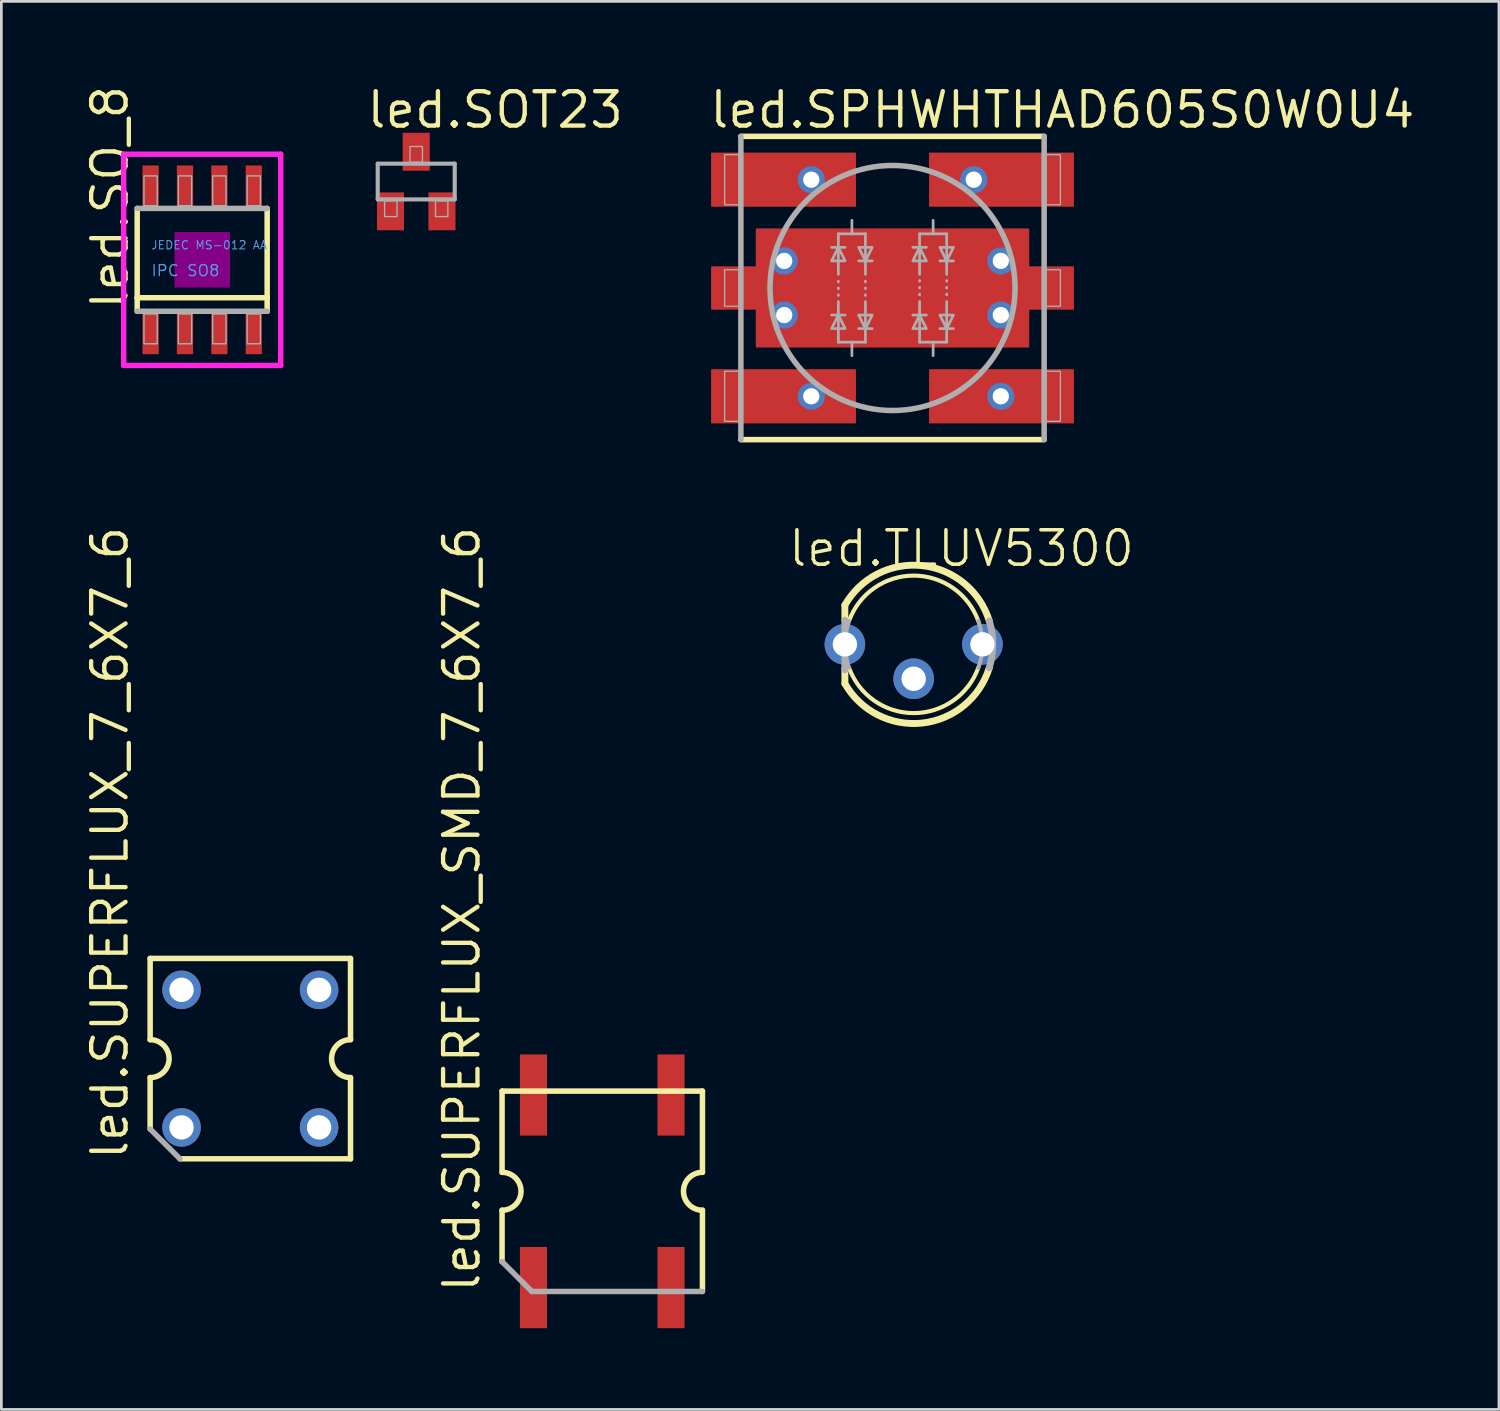
<source format=kicad_pcb>
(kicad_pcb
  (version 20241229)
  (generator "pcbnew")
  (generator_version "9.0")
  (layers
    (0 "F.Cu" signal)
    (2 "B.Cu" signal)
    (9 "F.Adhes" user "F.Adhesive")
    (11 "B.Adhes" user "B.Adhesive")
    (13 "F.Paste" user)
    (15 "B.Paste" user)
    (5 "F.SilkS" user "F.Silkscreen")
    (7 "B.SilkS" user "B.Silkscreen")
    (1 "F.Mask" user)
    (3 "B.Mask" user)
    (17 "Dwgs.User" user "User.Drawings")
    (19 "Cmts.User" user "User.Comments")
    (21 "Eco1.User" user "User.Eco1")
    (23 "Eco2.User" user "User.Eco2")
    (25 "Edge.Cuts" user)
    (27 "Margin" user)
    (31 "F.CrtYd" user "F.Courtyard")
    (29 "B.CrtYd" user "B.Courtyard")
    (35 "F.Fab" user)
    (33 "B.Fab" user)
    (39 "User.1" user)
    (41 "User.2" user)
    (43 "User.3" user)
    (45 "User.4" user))
  (footprint "led.SUPERFLUX_SMD_7_6X7_6"
    (layer "F.Cu")
    (at 19.192 40.946)
    (property "Reference" "led.SUPERFLUX_SMD_7_6X7_6" (at -4.445 3.81 90) (layer "F.SilkS") (effects (font (size 1.27 1.27) (thickness 0.16)) (justify left bottom)))
    (attr smd)
    (fp_line (start -3.7 -3.7) (end 3.7 -3.7) (stroke (width 0.203) (type default)) (layer "F.SilkS"))
    (fp_line (start -3.7 -0.7) (end -3.7 -3.7) (stroke (width 0.203) (type default)) (layer "F.SilkS"))
    (fp_line (start -3.7 2.6) (end -3.7 0.7) (stroke (width 0.203) (type default)) (layer "F.SilkS"))
    (fp_line (start 3.7 -3.7) (end 3.7 -0.7) (stroke (width 0.203) (type default)) (layer "F.SilkS"))
    (fp_line (start 3.7 0.7) (end 3.7 3.7) (stroke (width 0.203) (type default)) (layer "F.SilkS"))
    (fp_arc (start -3.7 -0.7) (mid -3 0) (end -3.7 0.7) (stroke (width 0.2032) (type default)) (layer "F.SilkS"))
    (fp_arc (start 3.7 0.7) (mid 3 0) (end 3.7 -0.7) (stroke (width 0.2032) (type default)) (layer "F.SilkS"))
    (fp_line (start -2.6 3.7) (end -3.7 2.6) (stroke (width 0.203) (type default)) (layer "F.Fab"))
    (fp_line (start 3.7 3.7) (end -2.6 3.7) (stroke (width 0.203) (type default)) (layer "F.Fab"))
    (pad "1" smd roundrect (at -2.54 -3.556) (size 1 3) (layers "F.Cu" "F.Mask" "F.Paste") (roundrect_rratio 0.01))
    (pad "2" smd roundrect (at 2.54 -3.556) (size 1 3) (layers "F.Cu" "F.Mask" "F.Paste") (roundrect_rratio 0.01))
    (pad "3" smd roundrect (at -2.54 3.556) (size 1 3) (layers "F.Cu" "F.Mask" "F.Paste") (roundrect_rratio 0.01))
    (pad "4" smd roundrect (at 2.54 3.556) (size 1 3) (layers "F.Cu" "F.Mask" "F.Paste") (roundrect_rratio 0.01)))
  (footprint "led.SOT23"
    (layer "F.Cu")
    (at 12.322 3.655)
    (property "Reference" "led.SOT23" (at -1.905 -1.905 0) (layer "F.SilkS") (effects (font (size 1.27 1.27) (thickness 0.16)) (justify left bottom)))
    (attr smd)
    (fp_line (start -1.422 -0.66) (end 1.422 -0.66) (stroke (width 0.152) (type default)) (layer "F.Fab"))
    (fp_line (start -1.422 0.66) (end -1.422 -0.66) (stroke (width 0.152) (type default)) (layer "F.Fab"))
    (fp_line (start 1.422 -0.66) (end 1.422 0.66) (stroke (width 0.152) (type default)) (layer "F.Fab"))
    (fp_line (start 1.422 0.66) (end -1.422 0.66) (stroke (width 0.152) (type default)) (layer "F.Fab"))
    (fp_rect (start -1.168 1.295) (end -0.711 0.711) (stroke (width 0.05) (type default)) (fill no) (layer "F.Fab"))
    (fp_rect (start -0.229 -0.711) (end 0.229 -1.295) (stroke (width 0.05) (type default)) (fill no) (layer "F.Fab"))
    (fp_rect (start 0.711 1.295) (end 1.168 0.711) (stroke (width 0.05) (type default)) (fill no) (layer "F.Fab"))
    (pad "1" smd roundrect (at -0.95 1.1) (size 1 1.4) (layers "F.Cu" "F.Mask" "F.Paste") (roundrect_rratio 0.01))
    (pad "2" smd roundrect (at 0.95 1.1) (size 1 1.4) (layers "F.Cu" "F.Mask" "F.Paste") (roundrect_rratio 0.01))
    (pad "3" smd roundrect (at 0 -1.1) (size 1 1.4) (layers "F.Cu" "F.Mask" "F.Paste") (roundrect_rratio 0.01)))
  (footprint "led.SUPERFLUX_7_6X7_6"
    (layer "F.Cu")
    (at 6.195 36.047)
    (property "Reference" "led.SUPERFLUX_7_6X7_6" (at -4.445 3.81 90) (layer "F.SilkS") (effects (font (size 1.27 1.27) (thickness 0.16)) (justify left bottom)))
    (attr through_hole)
    (fp_line (start -3.7 -3.7) (end 3.7 -3.7) (stroke (width 0.203) (type default)) (layer "F.SilkS"))
    (fp_line (start -3.7 -0.7) (end -3.7 -3.7) (stroke (width 0.203) (type default)) (layer "F.SilkS"))
    (fp_line (start -3.7 2.6) (end -3.7 0.7) (stroke (width 0.203) (type default)) (layer "F.SilkS"))
    (fp_line (start 3.7 -3.7) (end 3.7 -0.7) (stroke (width 0.203) (type default)) (layer "F.SilkS"))
    (fp_line (start 3.7 0.7) (end 3.7 3.7) (stroke (width 0.203) (type default)) (layer "F.SilkS"))
    (fp_line (start 3.7 3.7) (end -2.6 3.7) (stroke (width 0.203) (type default)) (layer "F.SilkS"))
    (fp_arc (start -3.7 -0.7) (mid -3 0) (end -3.7 0.7) (stroke (width 0.2032) (type default)) (layer "F.SilkS"))
    (fp_arc (start 3.7 0.7) (mid 3 0) (end 3.7 -0.7) (stroke (width 0.2032) (type default)) (layer "F.SilkS"))
    (fp_line (start -2.6 3.7) (end -3.7 2.6) (stroke (width 0.203) (type default)) (layer "F.Fab"))
    (pad "1" thru_hole circle (at -2.54 -2.54 180) (size 1.422 1.422) (drill 0.9) (layers "*.Cu" "*.Mask"))
    (pad "2" thru_hole circle (at 2.54 -2.54 180) (size 1.422 1.422) (drill 0.9) (layers "*.Cu" "*.Mask"))
    (pad "3" thru_hole circle (at -2.54 2.54 180) (size 1.422 1.422) (drill 0.9) (layers "*.Cu" "*.Mask"))
    (pad "4" thru_hole circle (at 2.54 2.54 180) (size 1.422 1.422) (drill 0.9) (layers "*.Cu" "*.Mask")))
  (footprint "led.SPHWHTHAD605S0W0U4"
    (layer "F.Cu")
    (at 29.912 7.586)
    (property "Reference" "led.SPHWHTHAD605S0W0U4" (at -6.835 -5.836 0) (layer "F.SilkS") (effects (font (size 1.27 1.27) (thickness 0.16)) (justify left bottom)))
    (attr smd)
    (fp_rect (start -6.775 -2.95) (end -5.4 -5.05) (stroke (width 0.05) (type default)) (fill yes) (layer "F.Mask"))
    (fp_rect (start -6.775 5.05) (end -5.4 2.95) (stroke (width 0.05) (type default)) (fill yes) (layer "F.Mask"))
    (fp_rect (start -5.45 -3.35) (end -1.3 -4.65) (stroke (width 0.05) (type default)) (fill yes) (layer "F.Mask"))
    (fp_rect (start -5.45 4.65) (end -1.3 3.35) (stroke (width 0.05) (type default)) (fill yes) (layer "F.Mask"))
    (fp_rect (start 1.3 -3.35) (end 5.45 -4.65) (stroke (width 0.05) (type default)) (fill yes) (layer "F.Mask"))
    (fp_rect (start 1.3 4.65) (end 5.45 3.35) (stroke (width 0.05) (type default)) (fill yes) (layer "F.Mask"))
    (fp_rect (start 5.4 -2.95) (end 6.775 -5.05) (stroke (width 0.05) (type default)) (fill yes) (layer "F.Mask"))
    (fp_rect (start 5.4 5.05) (end 6.775 2.95) (stroke (width 0.05) (type default)) (fill yes) (layer "F.Mask"))
    (fp_line (start -5.6 -5.6) (end 5.6 -5.6) (stroke (width 0.203) (type default)) (layer "F.SilkS"))
    (fp_line (start 5.6 5.6) (end -5.6 5.6) (stroke (width 0.203) (type default)) (layer "F.SilkS"))
    (fp_rect (start -6.625 -3.075) (end -5.475 -4.925) (stroke (width 0.05) (type default)) (fill yes) (layer "F.Paste"))
    (fp_rect (start -6.625 4.925) (end -5.475 3.075) (stroke (width 0.05) (type default)) (fill yes) (layer "F.Paste"))
    (fp_rect (start -6.575 0.675) (end -4.75 -0.675) (stroke (width 0.05) (type default)) (fill yes) (layer "F.Paste"))
    (fp_rect (start -5.55 -3.425) (end -1.425 -4.575) (stroke (width 0.05) (type default)) (fill yes) (layer "F.Paste"))
    (fp_rect (start -5.55 4.575) (end -1.425 3.425) (stroke (width 0.05) (type default)) (fill yes) (layer "F.Paste"))
    (fp_rect (start -4.85 2) (end 4.875 -2) (stroke (width 0.05) (type default)) (fill yes) (layer "F.Paste"))
    (fp_rect (start 1.425 -3.425) (end 5.55 -4.575) (stroke (width 0.05) (type default)) (fill yes) (layer "F.Paste"))
    (fp_rect (start 1.425 4.575) (end 5.55 3.425) (stroke (width 0.05) (type default)) (fill yes) (layer "F.Paste"))
    (fp_rect (start 4.75 0.675) (end 6.575 -0.675) (stroke (width 0.05) (type default)) (fill yes) (layer "F.Paste"))
    (fp_rect (start 5.475 -3.075) (end 6.625 -4.925) (stroke (width 0.05) (type default)) (fill yes) (layer "F.Paste"))
    (fp_rect (start 5.475 4.925) (end 6.625 3.075) (stroke (width 0.05) (type default)) (fill yes) (layer "F.Paste"))
    (fp_line (start -5.6 5.6) (end -5.6 -5.6) (stroke (width 0.203) (type default)) (layer "F.Fab"))
    (fp_line (start -2.25 -1.5) (end -1.75 -1.5) (stroke (width 0.1) (type default)) (layer "F.Fab"))
    (fp_line (start -2.25 1) (end -1.75 1) (stroke (width 0.1) (type default)) (layer "F.Fab"))
    (fp_line (start -2 -2) (end -2 -1) (stroke (width 0.1) (type default)) (layer "F.Fab"))
    (fp_line (start -2 -1) (end -2 -0.5) (stroke (width 0.1) (type default)) (layer "F.Fab"))
    (fp_line (start -2 -0.25) (end -2 -0.225) (stroke (width 0.1) (type default)) (layer "F.Fab"))
    (fp_line (start -2 0) (end -2 0.025) (stroke (width 0.1) (type default)) (layer "F.Fab"))
    (fp_line (start -2 0.25) (end -2 0.275) (stroke (width 0.1) (type default)) (layer "F.Fab"))
    (fp_line (start -2 2) (end -2 0.5) (stroke (width 0.1) (type default)) (layer "F.Fab"))
    (fp_line (start -1.5 -2.5) (end -1.5 -2) (stroke (width 0.1) (type default)) (layer "F.Fab"))
    (fp_line (start -1.5 -2) (end -2 -2) (stroke (width 0.1) (type default)) (layer "F.Fab"))
    (fp_line (start -1.5 -2) (end -1 -2) (stroke (width 0.1) (type default)) (layer "F.Fab"))
    (fp_line (start -1.5 2) (end -2 2) (stroke (width 0.1) (type default)) (layer "F.Fab"))
    (fp_line (start -1.5 2) (end -1 2) (stroke (width 0.1) (type default)) (layer "F.Fab"))
    (fp_line (start -1.5 2.5) (end -1.5 2) (stroke (width 0.1) (type default)) (layer "F.Fab"))
    (fp_line (start -1.25 -1) (end -0.75 -1) (stroke (width 0.1) (type default)) (layer "F.Fab"))
    (fp_line (start -1 -2) (end -1 -1) (stroke (width 0.1) (type default)) (layer "F.Fab"))
    (fp_line (start -1 -1) (end -1 -0.5) (stroke (width 0.1) (type default)) (layer "F.Fab"))
    (fp_line (start -1 -0.25) (end -1 -0.225) (stroke (width 0.1) (type default)) (layer "F.Fab"))
    (fp_line (start -1 0) (end -1 0.025) (stroke (width 0.1) (type default)) (layer "F.Fab"))
    (fp_line (start -1 0.25) (end -1 0.275) (stroke (width 0.1) (type default)) (layer "F.Fab"))
    (fp_line (start -1 2) (end -1 0.5) (stroke (width 0.1) (type default)) (layer "F.Fab"))
    (fp_line (start -0.75 1.5) (end -1.25 1.5) (stroke (width 0.1) (type default)) (layer "F.Fab"))
    (fp_line (start 0.75 -1.5) (end 1.25 -1.5) (stroke (width 0.1) (type default)) (layer "F.Fab"))
    (fp_line (start 1 -2) (end 1 -0.5) (stroke (width 0.1) (type default)) (layer "F.Fab"))
    (fp_line (start 1 -0.25) (end 1 -0.275) (stroke (width 0.1) (type default)) (layer "F.Fab"))
    (fp_line (start 1 0) (end 1 -0.025) (stroke (width 0.1) (type default)) (layer "F.Fab"))
    (fp_line (start 1 0.25) (end 1 0.225) (stroke (width 0.1) (type default)) (layer "F.Fab"))
    (fp_line (start 1 1) (end 1 0.5) (stroke (width 0.1) (type default)) (layer "F.Fab"))
    (fp_line (start 1 2) (end 1 1) (stroke (width 0.1) (type default)) (layer "F.Fab"))
    (fp_line (start 1.25 1) (end 0.75 1) (stroke (width 0.1) (type default)) (layer "F.Fab"))
    (fp_line (start 1.5 -2.5) (end 1.5 -2) (stroke (width 0.1) (type default)) (layer "F.Fab"))
    (fp_line (start 1.5 -2) (end 1 -2) (stroke (width 0.1) (type default)) (layer "F.Fab"))
    (fp_line (start 1.5 -2) (end 2 -2) (stroke (width 0.1) (type default)) (layer "F.Fab"))
    (fp_line (start 1.5 2) (end 1 2) (stroke (width 0.1) (type default)) (layer "F.Fab"))
    (fp_line (start 1.5 2) (end 2 2) (stroke (width 0.1) (type default)) (layer "F.Fab"))
    (fp_line (start 1.5 2.5) (end 1.5 2) (stroke (width 0.1) (type default)) (layer "F.Fab"))
    (fp_line (start 2 -2) (end 2 -0.5) (stroke (width 0.1) (type default)) (layer "F.Fab"))
    (fp_line (start 2 -0.25) (end 2 -0.275) (stroke (width 0.1) (type default)) (layer "F.Fab"))
    (fp_line (start 2 0) (end 2 -0.025) (stroke (width 0.1) (type default)) (layer "F.Fab"))
    (fp_line (start 2 0.25) (end 2 0.225) (stroke (width 0.1) (type default)) (layer "F.Fab"))
    (fp_line (start 2 1) (end 2 0.5) (stroke (width 0.1) (type default)) (layer "F.Fab"))
    (fp_line (start 2 2) (end 2 1) (stroke (width 0.1) (type default)) (layer "F.Fab"))
    (fp_line (start 2.25 -1) (end 1.75 -1) (stroke (width 0.1) (type default)) (layer "F.Fab"))
    (fp_line (start 2.25 1.5) (end 1.75 1.5) (stroke (width 0.1) (type default)) (layer "F.Fab"))
    (fp_line (start 5.6 -5.6) (end 5.6 5.6) (stroke (width 0.203) (type default)) (layer "F.Fab"))
    (fp_rect (start -6.2 -3.075) (end -5.6 -4.925) (stroke (width 0.05) (type default)) (fill no) (layer "F.Fab"))
    (fp_rect (start -6.2 0.675) (end -5.6 -0.675) (stroke (width 0.05) (type default)) (fill no) (layer "F.Fab"))
    (fp_rect (start -6.2 4.925) (end -5.6 3.075) (stroke (width 0.05) (type default)) (fill no) (layer "F.Fab"))
    (fp_rect (start 5.6 -3.075) (end 6.2 -4.925) (stroke (width 0.05) (type default)) (fill no) (layer "F.Fab"))
    (fp_rect (start 5.6 0.675) (end 6.2 -0.675) (stroke (width 0.05) (type default)) (fill no) (layer "F.Fab"))
    (fp_rect (start 5.6 4.925) (end 6.2 3.075) (stroke (width 0.05) (type default)) (fill no) (layer "F.Fab"))
    (fp_circle (center 0 0) (end 4.525 0) (stroke (width 0.203) (type default)) (fill no) (layer "F.Fab"))
    (fp_poly (pts (xy -2 -1.5) (xy -2.25 -1) (xy -1.75 -1)) (stroke (width 0.1) (type default)) (fill no) (layer "F.Fab"))
    (fp_poly (pts (xy -2 1) (xy -2.25 1.5) (xy -1.75 1.5)) (stroke (width 0.1) (type default)) (fill no) (layer "F.Fab"))
    (fp_poly (pts (xy -1 -1) (xy -0.75 -1.5) (xy -1.25 -1.5)) (stroke (width 0.1) (type default)) (fill no) (layer "F.Fab"))
    (fp_poly (pts (xy -1 1.5) (xy -0.75 1) (xy -1.25 1)) (stroke (width 0.1) (type default)) (fill no) (layer "F.Fab"))
    (fp_poly (pts (xy 1 -1.5) (xy 0.75 -1) (xy 1.25 -1)) (stroke (width 0.1) (type default)) (fill no) (layer "F.Fab"))
    (fp_poly (pts (xy 1 1) (xy 0.75 1.5) (xy 1.25 1.5)) (stroke (width 0.1) (type default)) (fill no) (layer "F.Fab"))
    (fp_poly (pts (xy 2 -1) (xy 2.25 -1.5) (xy 1.75 -1.5)) (stroke (width 0.1) (type default)) (fill no) (layer "F.Fab"))
    (fp_poly (pts (xy 2 1.5) (xy 2.25 1) (xy 1.75 1)) (stroke (width 0.1) (type default)) (fill no) (layer "F.Fab"))
    (pad "1" smd roundrect (at -4.025 -4 180) (size 5.35 2) (layers "F.Cu" "F.Mask" "F.Paste") (roundrect_rratio 0.01))
    (pad "1@1" thru_hole circle (at -3 -4) (size 1 1) (drill 0.6) (layers "*.Cu" "*.Mask"))
    (pad "2" smd roundrect (at -4.025 4 180) (size 5.35 2) (layers "F.Cu" "F.Mask" "F.Paste") (roundrect_rratio 0.01))
    (pad "2@1" thru_hole circle (at -3 4) (size 1 1) (drill 0.6) (layers "*.Cu" "*.Mask"))
    (pad "3" smd roundrect (at 0 0) (size 10.1 4.4) (layers "F.Cu" "F.Mask" "F.Paste") (roundrect_rratio 0.01))
    (pad "3@1" smd roundrect (at -5.8 0) (size 1.8 1.6) (layers "F.Cu" "F.Mask" "F.Paste") (roundrect_rratio 0.01))
    (pad "3@2" smd roundrect (at 5.8 0) (size 1.8 1.6) (layers "F.Cu" "F.Mask" "F.Paste") (roundrect_rratio 0.01))
    (pad "3@3" thru_hole circle (at -4 -1) (size 1 1) (drill 0.6) (layers "*.Cu" "*.Mask"))
    (pad "3@4" thru_hole circle (at -4 1) (size 1 1) (drill 0.6) (layers "*.Cu" "*.Mask"))
    (pad "3@5" thru_hole circle (at 4 1) (size 1 1) (drill 0.6) (layers "*.Cu" "*.Mask"))
    (pad "3@6" thru_hole circle (at 4 -1) (size 1 1) (drill 0.6) (layers "*.Cu" "*.Mask"))
    (pad "4" smd roundrect (at 4.025 -4) (size 5.35 2) (layers "F.Cu" "F.Mask" "F.Paste") (roundrect_rratio 0.01))
    (pad "4@1" thru_hole circle (at 3 -4) (size 1 1) (drill 0.6) (layers "*.Cu" "*.Mask"))
    (pad "5" smd roundrect (at 4.025 4) (size 5.35 2) (layers "F.Cu" "F.Mask" "F.Paste") (roundrect_rratio 0.01))
    (pad "5@1" thru_hole circle (at 4 4) (size 1 1) (drill 0.6) (layers "*.Cu" "*.Mask")))
  (footprint "led.SO_8"
    (layer "F.Cu")
    (at 4.417 6.546)
    (property "Reference" "led.SO_8" (at -2.667 1.905 90) (layer "F.SilkS") (effects (font (size 1.27 1.27) (thickness 0.16)) (justify left bottom)))
    (attr smd)
    (fp_line (start -2.4 1.4) (end -2.4 -1.9) (stroke (width 0.203) (type default)) (layer "F.SilkS"))
    (fp_line (start -2.4 1.9) (end -2.4 1.4) (stroke (width 0.203) (type default)) (layer "F.SilkS"))
    (fp_line (start 2.4 -1.9) (end 2.4 1.4) (stroke (width 0.203) (type default)) (layer "F.SilkS"))
    (fp_line (start 2.4 1.4) (end -2.4 1.4) (stroke (width 0.203) (type default)) (layer "F.SilkS"))
    (fp_line (start 2.4 1.4) (end 2.4 1.9) (stroke (width 0.203) (type default)) (layer "F.SilkS"))
    (fp_rect (start -1 1) (end 1 -1) (stroke (width 0.05) (type default)) (fill yes) (layer "F.Adhes"))
    (fp_line (start -2.9 -3.9) (end 2.9 -3.9) (stroke (width 0.2) (type default)) (layer "F.CrtYd"))
    (fp_line (start -2.9 3.9) (end -2.9 -3.9) (stroke (width 0.2) (type default)) (layer "F.CrtYd"))
    (fp_line (start 2.9 -3.9) (end 2.9 3.9) (stroke (width 0.2) (type default)) (layer "F.CrtYd"))
    (fp_line (start 2.9 3.9) (end -2.9 3.9) (stroke (width 0.2) (type default)) (layer "F.CrtYd"))
    (fp_line (start -2.4 -1.9) (end 2.4 -1.9) (stroke (width 0.203) (type default)) (layer "F.Fab"))
    (fp_line (start 2.4 1.9) (end -2.4 1.9) (stroke (width 0.203) (type default)) (layer "F.Fab"))
    (fp_rect (start -2.15 -2) (end -1.66 -3.1) (stroke (width 0.05) (type default)) (fill no) (layer "F.Fab"))
    (fp_rect (start -2.15 3.1) (end -1.66 2) (stroke (width 0.05) (type default)) (fill no) (layer "F.Fab"))
    (fp_rect (start -0.88 -2) (end -0.39 -3.1) (stroke (width 0.05) (type default)) (fill no) (layer "F.Fab"))
    (fp_rect (start -0.88 3.1) (end -0.39 2) (stroke (width 0.05) (type default)) (fill no) (layer "F.Fab"))
    (fp_rect (start 0.39 -2) (end 0.88 -3.1) (stroke (width 0.05) (type default)) (fill no) (layer "F.Fab"))
    (fp_rect (start 0.39 3.1) (end 0.88 2) (stroke (width 0.05) (type default)) (fill no) (layer "F.Fab"))
    (fp_rect (start 1.66 -2) (end 2.15 -3.1) (stroke (width 0.05) (type default)) (fill no) (layer "F.Fab"))
    (fp_rect (start 1.66 3.1) (end 2.15 2) (stroke (width 0.05) (type default)) (fill no) (layer "F.Fab"))
    (fp_text user "IPC SO8" (at -1.905 0.635 0) (layer "Cmts.User") (effects (font (size 0.406 0.406) (thickness 0.05)) (justify left bottom)))
    (fp_text user "JEDEC MS-012 AA" (at -1.905 -0.365 0) (layer "Cmts.User") (effects (font (size 0.305 0.305) (thickness 0.04)) (justify left bottom)))
    (pad "1" smd roundrect (at -1.905 2.725) (size 0.6 1.52) (layers "F.Cu" "F.Mask" "F.Paste") (roundrect_rratio 0.01))
    (pad "2" smd roundrect (at -0.635 2.725) (size 0.6 1.52) (layers "F.Cu" "F.Mask" "F.Paste") (roundrect_rratio 0.01))
    (pad "3" smd roundrect (at 0.635 2.725) (size 0.6 1.52) (layers "F.Cu" "F.Mask" "F.Paste") (roundrect_rratio 0.01))
    (pad "4" smd roundrect (at 1.905 2.725) (size 0.6 1.52) (layers "F.Cu" "F.Mask" "F.Paste") (roundrect_rratio 0.01))
    (pad "5" smd roundrect (at 1.905 -2.725) (size 0.6 1.52) (layers "F.Cu" "F.Mask" "F.Paste") (roundrect_rratio 0.01))
    (pad "6" smd roundrect (at 0.635 -2.725) (size 0.6 1.52) (layers "F.Cu" "F.Mask" "F.Paste") (roundrect_rratio 0.01))
    (pad "7" smd roundrect (at -0.635 -2.725) (size 0.6 1.52) (layers "F.Cu" "F.Mask" "F.Paste") (roundrect_rratio 0.01))
    (pad "8" smd roundrect (at -1.905 -2.725) (size 0.6 1.52) (layers "F.Cu" "F.Mask" "F.Paste") (roundrect_rratio 0.01)))
  (footprint "led.TLUV5300"
    (layer "F.Cu")
    (at 30.693 20.747)
    (property "Reference" "led.TLUV5300" (at -4.7 -2.8 180) (layer "F.SilkS") (effects (font (size 1.27 1.27) (thickness 0.13)) (justify left bottom)))
    (attr through_hole)
    (fp_line (start -2.54 -0.889) (end -2.54 -1.448) (stroke (width 0.254) (type default)) (layer "F.SilkS"))
    (fp_line (start -2.54 1.448) (end -2.54 0.889) (stroke (width 0.254) (type default)) (layer "F.SilkS"))
    (fp_arc (start -2.5407 -1.4482) (mid 0.318534 -2.906916) (end 2.794 -0.8636) (stroke (width 0.254) (type default)) (layer "F.SilkS"))
    (fp_arc (start -2.3876 -0.8636) (mid 0 -2.538984) (end 2.3876 -0.8636) (stroke (width 0.1524) (type default)) (layer "F.SilkS"))
    (fp_arc (start 2.3876 0.8636) (mid 0 2.538984) (end -2.3876 0.8636) (stroke (width 0.1524) (type default)) (layer "F.SilkS"))
    (fp_arc (start 2.7933 0.8634) (mid 0.318501 2.906456) (end -2.54 1.4478) (stroke (width 0.254) (type default)) (layer "F.SilkS"))
    (fp_line (start -2.54 0.94) (end -2.54 -0.889) (stroke (width 0.254) (type default)) (layer "F.Fab"))
    (fp_arc (start -2.3876 0.8636) (mid -2.538984 0) (end -2.3876 -0.8636) (stroke (width 0.1524) (type default)) (layer "F.Fab"))
    (fp_arc (start 2.3876 -0.8636) (mid 2.538984 0) (end 2.3876 0.8636) (stroke (width 0.1524) (type default)) (layer "F.Fab"))
    (fp_arc (start 2.794 -0.8636) (mid 2.924421 0) (end 2.794 0.8636) (stroke (width 0.254) (type default)) (layer "F.Fab"))
    (pad "AG" thru_hole circle (at 2.54 0 270) (size 1.5 1.5) (drill 0.9) (layers "*.Cu" "*.Mask"))
    (pad "AO" thru_hole circle (at -2.54 0 270) (size 1.5 1.5) (drill 0.9) (layers "*.Cu" "*.Mask"))
    (pad "CC" thru_hole circle (at 0 1.27 270) (size 1.5 1.5) (drill 0.9) (layers "*.Cu" "*.Mask")))
  (gr_rect
    (start -3 -3)
    (end 52.308 49.002)
    (stroke (width 0.1) (type default))
    (fill no)
    (layer "Edge.Cuts")))
</source>
